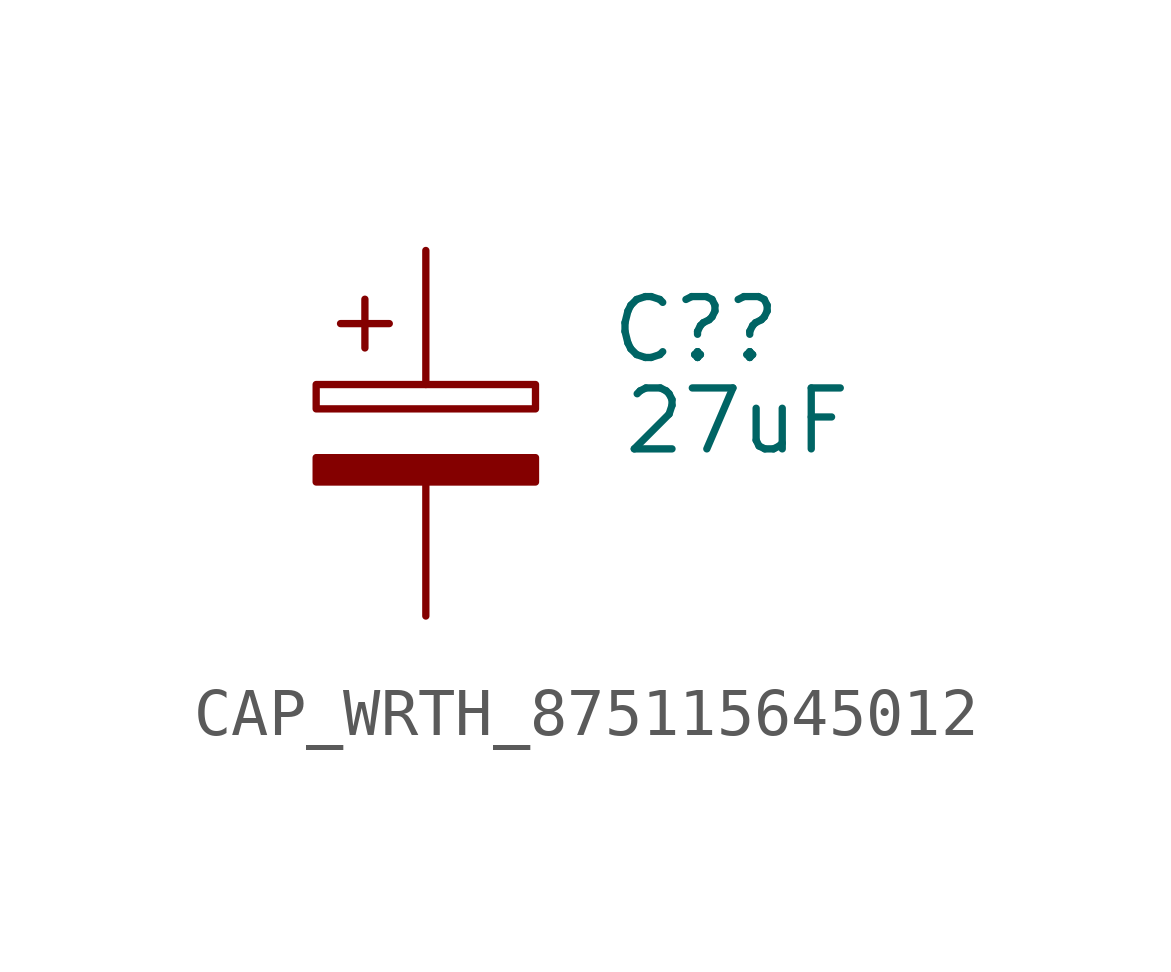
<source format=kicad_sym>
(kicad_symbol_lib
  (version 20231120)
  (generator "kicad_symbol_editor")
  (generator_version "8.0")
  (symbol "CAP_WRTH_875115645012"
    (pin_numbers hide)
    (pin_names
      (offset 0.254))
    (property "Reference" "C?"
      (at 3.81 2.159 0)
      (effects (font (size 1.27 1.27)) (justify left)))
    (property "Value" "27uF"
      (at 4.064 0.254 0)
      (effects (font (size 1.27 1.27)) (justify left)))
    (symbol "CAP_WRTH_875115645012_0_1"
      (rectangle (start -2.286 0.508) (end 2.286 1.016) (stroke (width 0) (type default)) (fill (type none)))
      (polyline (pts (xy -1.778 2.286) (xy -0.762 2.286)) (stroke (width 0) (type default)) (fill (type none)))
      (polyline (pts (xy -1.27 2.794) (xy -1.27 1.778)) (stroke (width 0) (type default)) (fill (type none)))
      (rectangle (start 2.286 -0.508) (end -2.286 -1.016) (stroke (width 0) (type default)) (fill (type outline))))
    (symbol "CAP_WRTH_875115645012_1_1"
      (pin passive line (at 0 3.81 270) (length 2.794) (name "~" (effects (font (size 1.27 1.27)))) (number "1" (effects (font (size 1.27 1.27)))))
      (pin passive line (at 0 -3.81 90) (length 2.794) (name "~" (effects (font (size 1.27 1.27)))) (number "2" (effects (font (size 1.27 1.27))))))))
</source>
